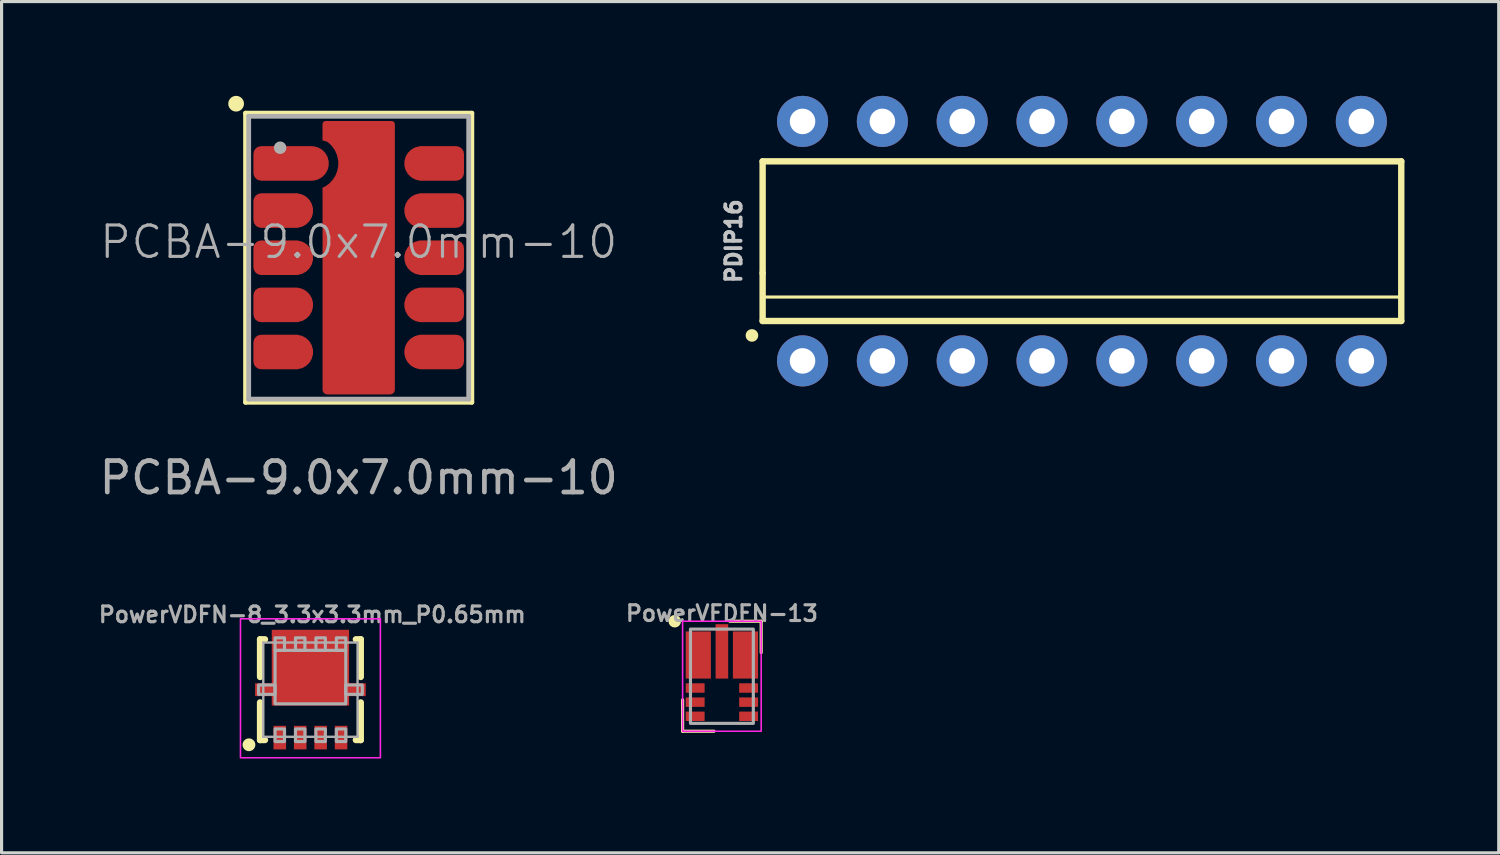
<source format=kicad_pcb>
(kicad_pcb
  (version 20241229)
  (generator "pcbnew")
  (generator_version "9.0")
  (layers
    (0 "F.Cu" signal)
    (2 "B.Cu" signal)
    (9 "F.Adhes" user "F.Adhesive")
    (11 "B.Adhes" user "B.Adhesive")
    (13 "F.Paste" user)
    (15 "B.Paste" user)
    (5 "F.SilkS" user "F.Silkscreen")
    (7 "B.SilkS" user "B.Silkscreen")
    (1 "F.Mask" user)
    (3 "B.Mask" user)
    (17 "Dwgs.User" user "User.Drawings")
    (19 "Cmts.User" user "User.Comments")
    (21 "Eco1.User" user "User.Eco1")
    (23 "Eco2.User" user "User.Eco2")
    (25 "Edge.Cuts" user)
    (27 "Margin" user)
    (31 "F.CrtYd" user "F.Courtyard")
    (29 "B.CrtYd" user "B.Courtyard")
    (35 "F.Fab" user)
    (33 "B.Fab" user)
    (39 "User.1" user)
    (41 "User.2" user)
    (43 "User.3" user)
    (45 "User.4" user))
  (footprint "PCBA-9.0x7.0mm-10"
    (layer "F.Cu")
    (at 8.363 5.15)
    (property "Reference" "PCBA-9.0x7.0mm-10" (at 0 -0.5 0) (unlocked yes) (layer "F.Fab") (effects (font (size 1 1) (thickness 0.1))))
    (attr smd)
    (fp_line (start -3.6 -4.6) (end -3.6 4.6) (stroke (width 0.152) (type default)) (layer "F.SilkS"))
    (fp_line (start -3.6 4.6) (end 3.6 4.6) (stroke (width 0.152) (type default)) (layer "F.SilkS"))
    (fp_line (start 3.6 -4.6) (end -3.6 -4.6) (stroke (width 0.152) (type default)) (layer "F.SilkS"))
    (fp_line (start 3.6 4.6) (end 3.6 -4.6) (stroke (width 0.152) (type default)) (layer "F.SilkS"))
    (fp_circle (center -3.9 -4.9) (end -3.75 -4.9) (stroke (width 0.2) (type solid)) (fill yes) (layer "F.SilkS"))
    (fp_rect (start -0.95 -0.95) (end 0.95 0.95) (stroke (width 0.2) (type solid)) (fill yes) (layer "F.Paste"))
    (fp_rect (start -0.95 2.25) (end 0.95 4.15) (stroke (width 0.2) (type solid)) (fill yes) (layer "F.Paste"))
    (fp_rect (start -0.45 -4.15) (end 0.95 -2.25) (stroke (width 0.2) (type solid)) (fill yes) (layer "F.Paste"))
    (fp_line (start -3.5 -4.5) (end -3.5 4.5) (stroke (width 0.152) (type default)) (layer "F.Fab"))
    (fp_line (start -3.5 4.5) (end 3.5 4.5) (stroke (width 0.152) (type default)) (layer "F.Fab"))
    (fp_line (start 3.5 -4.5) (end -3.5 -4.5) (stroke (width 0.152) (type default)) (layer "F.Fab"))
    (fp_line (start 3.5 4.5) (end 3.5 -4.5) (stroke (width 0.152) (type default)) (layer "F.Fab"))
    (fp_circle (center -2.5 -3.5) (end -2.4 -3.5) (stroke (width 0.2) (type solid)) (fill no) (layer "F.Fab"))
    (fp_text user "${REFERENCE}" (at 0 7 0) (unlocked yes) (layer "F.Fab") (effects (font (size 1 1) (thickness 0.15))))
    (pad "1" smd custom (at -2.425 -3) (size 1.1 1.1) (layers "F.Cu" "F.Mask" "F.Paste") (options (anchor circle)) (primitives (gr_poly (pts (xy -0.925 -0.3) (xy -0.906 -0.396) (xy -0.852 -0.477) (xy -0.771 -0.531) (xy -0.675 -0.55) (xy 0.675 -0.55) (xy 0.771 -0.531) (xy 0.852 -0.477) (xy 0.906 -0.396) (xy 0.925 -0.3) (xy 0.925 0.3) (xy 0.906 0.396) (xy 0.852 0.477) (xy 0.771 0.531) (xy 0.675 0.55) (xy -0.675 0.55) (xy -0.771 0.531) (xy -0.852 0.477) (xy -0.906 0.396) (xy -0.925 0.3)) (width 0) (fill yes)) (gr_rect (start 0.425 -0.55) (end 0.925 0.55) (width 0) (fill yes)) (gr_circle (center 0.925 0) (end 1.475 0) (width 0) (fill yes))))
    (pad "2" smd custom (at -2.675 -1.5) (size 1.1 1.1) (layers "F.Cu" "F.Mask" "F.Paste") (options (anchor circle)) (primitives (gr_poly (pts (xy -0.675 -0.3) (xy -0.656 -0.396) (xy -0.602 -0.477) (xy -0.521 -0.531) (xy -0.425 -0.55) (xy 0.425 -0.55) (xy 0.521 -0.531) (xy 0.602 -0.477) (xy 0.656 -0.396) (xy 0.675 -0.3) (xy 0.675 0.3) (xy 0.656 0.396) (xy 0.602 0.477) (xy 0.521 0.531) (xy 0.425 0.55) (xy -0.425 0.55) (xy -0.521 0.531) (xy -0.602 0.477) (xy -0.656 0.396) (xy -0.675 0.3)) (width 0) (fill yes)) (gr_rect (start 0.225 -0.55) (end 0.725 0.55) (width 0) (fill yes)) (gr_circle (center 0.675 0) (end 1.225 0) (width 0) (fill yes))))
    (pad "3" smd custom (at -2.675 0) (size 1.1 1.1) (layers "F.Cu" "F.Mask" "F.Paste") (options (anchor circle)) (primitives (gr_poly (pts (xy -0.675 -0.3) (xy -0.656 -0.396) (xy -0.602 -0.477) (xy -0.521 -0.531) (xy -0.425 -0.55) (xy 0.425 -0.55) (xy 0.521 -0.531) (xy 0.602 -0.477) (xy 0.656 -0.396) (xy 0.675 -0.3) (xy 0.675 0.3) (xy 0.656 0.396) (xy 0.602 0.477) (xy 0.521 0.531) (xy 0.425 0.55) (xy -0.425 0.55) (xy -0.521 0.531) (xy -0.602 0.477) (xy -0.656 0.396) (xy -0.675 0.3)) (width 0) (fill yes)) (gr_rect (start 0.225 -0.55) (end 0.725 0.55) (width 0) (fill yes)) (gr_circle (center 0.675 0) (end 1.225 0) (width 0) (fill yes))))
    (pad "4" smd custom (at -2.675 1.5) (size 1.1 1.1) (layers "F.Cu" "F.Mask" "F.Paste") (options (anchor circle)) (primitives (gr_poly (pts (xy -0.675 -0.3) (xy -0.656 -0.396) (xy -0.602 -0.477) (xy -0.521 -0.531) (xy -0.425 -0.55) (xy 0.425 -0.55) (xy 0.521 -0.531) (xy 0.602 -0.477) (xy 0.656 -0.396) (xy 0.675 -0.3) (xy 0.675 0.3) (xy 0.656 0.396) (xy 0.602 0.477) (xy 0.521 0.531) (xy 0.425 0.55) (xy -0.425 0.55) (xy -0.521 0.531) (xy -0.602 0.477) (xy -0.656 0.396) (xy -0.675 0.3)) (width 0) (fill yes)) (gr_rect (start 0.225 -0.55) (end 0.725 0.55) (width 0) (fill yes)) (gr_circle (center 0.675 0) (end 1.225 0) (width 0) (fill yes))))
    (pad "5" smd custom (at -2.675 3) (size 1.1 1.1) (layers "F.Cu" "F.Mask" "F.Paste") (options (anchor circle)) (primitives (gr_poly (pts (xy -0.675 -0.3) (xy -0.656 -0.396) (xy -0.602 -0.477) (xy -0.521 -0.531) (xy -0.425 -0.55) (xy 0.425 -0.55) (xy 0.521 -0.531) (xy 0.602 -0.477) (xy 0.656 -0.396) (xy 0.675 -0.3) (xy 0.675 0.3) (xy 0.656 0.396) (xy 0.602 0.477) (xy 0.521 0.531) (xy 0.425 0.55) (xy -0.425 0.55) (xy -0.521 0.531) (xy -0.602 0.477) (xy -0.656 0.396) (xy -0.675 0.3)) (width 0) (fill yes)) (gr_rect (start 0.225 -0.55) (end 0.725 0.55) (width 0) (fill yes)) (gr_circle (center 0.675 0) (end 1.225 0) (width 0) (fill yes))))
    (pad "6" smd custom (at 2.675 3 180) (size 1.1 1.1) (layers "F.Cu" "F.Mask" "F.Paste") (options (anchor circle)) (primitives (gr_poly (pts (xy -0.675 -0.3) (xy -0.656 -0.396) (xy -0.602 -0.477) (xy -0.521 -0.531) (xy -0.425 -0.55) (xy 0.425 -0.55) (xy 0.521 -0.531) (xy 0.602 -0.477) (xy 0.656 -0.396) (xy 0.675 -0.3) (xy 0.675 0.3) (xy 0.656 0.396) (xy 0.602 0.477) (xy 0.521 0.531) (xy 0.425 0.55) (xy -0.425 0.55) (xy -0.521 0.531) (xy -0.602 0.477) (xy -0.656 0.396) (xy -0.675 0.3)) (width 0) (fill yes)) (gr_rect (start 0.225 -0.55) (end 0.725 0.55) (width 0) (fill yes)) (gr_circle (center 0.675 0) (end 1.225 0) (width 0) (fill yes))))
    (pad "7" smd custom (at 2.675 1.5 180) (size 1.1 1.1) (layers "F.Cu" "F.Mask" "F.Paste") (options (anchor circle)) (primitives (gr_poly (pts (xy -0.675 -0.3) (xy -0.656 -0.396) (xy -0.602 -0.477) (xy -0.521 -0.531) (xy -0.425 -0.55) (xy 0.425 -0.55) (xy 0.521 -0.531) (xy 0.602 -0.477) (xy 0.656 -0.396) (xy 0.675 -0.3) (xy 0.675 0.3) (xy 0.656 0.396) (xy 0.602 0.477) (xy 0.521 0.531) (xy 0.425 0.55) (xy -0.425 0.55) (xy -0.521 0.531) (xy -0.602 0.477) (xy -0.656 0.396) (xy -0.675 0.3)) (width 0) (fill yes)) (gr_rect (start 0.225 -0.55) (end 0.725 0.55) (width 0) (fill yes)) (gr_circle (center 0.675 0) (end 1.225 0) (width 0) (fill yes))))
    (pad "8" smd custom (at 2.675 0 180) (size 1.1 1.1) (layers "F.Cu" "F.Mask" "F.Paste") (options (anchor circle)) (primitives (gr_poly (pts (xy -0.675 -0.3) (xy -0.656 -0.396) (xy -0.602 -0.477) (xy -0.521 -0.531) (xy -0.425 -0.55) (xy 0.425 -0.55) (xy 0.521 -0.531) (xy 0.602 -0.477) (xy 0.656 -0.396) (xy 0.675 -0.3) (xy 0.675 0.3) (xy 0.656 0.396) (xy 0.602 0.477) (xy 0.521 0.531) (xy 0.425 0.55) (xy -0.425 0.55) (xy -0.521 0.531) (xy -0.602 0.477) (xy -0.656 0.396) (xy -0.675 0.3)) (width 0) (fill yes)) (gr_rect (start 0.225 -0.55) (end 0.725 0.55) (width 0) (fill yes)) (gr_circle (center 0.675 0) (end 1.225 0) (width 0) (fill yes))))
    (pad "9" smd custom (at 2.675 -1.5 180) (size 1.1 1.1) (layers "F.Cu" "F.Mask" "F.Paste") (options (anchor circle)) (primitives (gr_poly (pts (xy -0.675 -0.3) (xy -0.656 -0.396) (xy -0.602 -0.477) (xy -0.521 -0.531) (xy -0.425 -0.55) (xy 0.425 -0.55) (xy 0.521 -0.531) (xy 0.602 -0.477) (xy 0.656 -0.396) (xy 0.675 -0.3) (xy 0.675 0.3) (xy 0.656 0.396) (xy 0.602 0.477) (xy 0.521 0.531) (xy 0.425 0.55) (xy -0.425 0.55) (xy -0.521 0.531) (xy -0.602 0.477) (xy -0.656 0.396) (xy -0.675 0.3)) (width 0) (fill yes)) (gr_rect (start 0.225 -0.55) (end 0.725 0.55) (width 0) (fill yes)) (gr_circle (center 0.675 0) (end 1.225 0) (width 0) (fill yes))))
    (pad "10" smd custom (at 2.675 -3 180) (size 1.1 1.1) (layers "F.Cu" "F.Mask" "F.Paste") (options (anchor circle)) (primitives (gr_poly (pts (xy -0.675 -0.3) (xy -0.656 -0.396) (xy -0.602 -0.477) (xy -0.521 -0.531) (xy -0.425 -0.55) (xy 0.425 -0.55) (xy 0.521 -0.531) (xy 0.602 -0.477) (xy 0.656 -0.396) (xy 0.675 -0.3) (xy 0.675 0.3) (xy 0.656 0.396) (xy 0.602 0.477) (xy 0.521 0.531) (xy 0.425 0.55) (xy -0.425 0.55) (xy -0.521 0.531) (xy -0.602 0.477) (xy -0.656 0.396) (xy -0.675 0.3)) (width 0) (fill yes)) (gr_rect (start 0.225 -0.55) (end 0.725 0.55) (width 0) (fill yes)) (gr_circle (center 0.675 0) (end 1.225 0) (width 0) (fill yes))))
    (pad "11" smd custom (at 0 1.05 180) (size 2.3 2.3) (layers "F.Cu" "F.Mask") (options (anchor circle)) (primitives (gr_poly (pts (xy -1.15 -3.15) (xy -1.139 -3.207) (xy -1.106 -3.256) (xy -1.057 -3.289) (xy -1 -3.3) (xy 1 -3.3) (xy 1.057 -3.289) (xy 1.106 -3.256) (xy 1.139 -3.207) (xy 1.15 -3.15) (xy 1.15 3.15) (xy 1.139 3.207) (xy 1.106 3.256) (xy 1.057 3.289) (xy 1 3.3) (xy -1 3.3) (xy -1.057 3.289) (xy -1.106 3.256) (xy -1.139 3.207) (xy -1.15 3.15)) (width 0) (fill yes)) (gr_poly (pts (xy 1.151 3.05) (xy 1.151 3.28) (xy 1.068 3.315) (xy 0.938 3.409) (xy 0.828 3.526) (xy 0.741 3.662) (xy 0.682 3.812) (xy 0.652 3.97) (xy 0.65 4.05) (xy 0.652 4.139) (xy 0.689 4.312) (xy 0.761 4.475) (xy 0.865 4.619) (xy 0.996 4.738) (xy 1.152 4.784) (xy 1.152 5.3) (xy -1.15 5.3) (xy -1.15 3.05)) (width 0) (fill yes)) (gr_line (start 1.05 5.3) (end -1.05 5.3) (width 0.2)))))
  (footprint "PowerVFDFN-13"
    (layer "F.Cu")
    (at 19.919 18.466)
    (property "Reference" "PowerVFDFN-13" (at 0 -2 0) (layer "F.Fab") (effects (font (size 0.5 0.5) (thickness 0.1))))
    (fp_line (start -1.25 1.75) (end -1.25 0.75) (stroke (width 0.1) (type default)) (layer "F.SilkS"))
    (fp_line (start -1.25 1.75) (end -0.25 1.75) (stroke (width 0.1) (type default)) (layer "F.SilkS"))
    (fp_line (start 1.25 -1.75) (end 0.25 -1.75) (stroke (width 0.1) (type default)) (layer "F.SilkS"))
    (fp_line (start 1.25 -1.75) (end 1.25 -0.75) (stroke (width 0.1) (type default)) (layer "F.SilkS"))
    (fp_circle (center -1.5 -1.75) (end -1.4 -1.75) (stroke (width 0.2) (type solid)) (fill no) (layer "F.SilkS"))
    (fp_rect (start -1.08 0.26) (end -0.63 0.49) (stroke (width 0) (type solid)) (fill yes) (layer "F.Paste"))
    (fp_rect (start -1.08 0.71) (end -0.63 0.94) (stroke (width 0) (type solid)) (fill yes) (layer "F.Paste"))
    (fp_rect (start -1.08 1.16) (end -0.63 1.39) (stroke (width 0) (type solid)) (fill yes) (layer "F.Paste"))
    (fp_rect (start -1.05 -1.24) (end -0.45 -0.11) (stroke (width 0) (type solid)) (fill yes) (layer "F.Paste"))
    (fp_rect (start -0.15 -1.48) (end 0.15 -0.18) (stroke (width 0) (type solid)) (fill yes) (layer "F.Paste"))
    (fp_rect (start 0.45 -1.24) (end 1.05 -0.11) (stroke (width 0) (type solid)) (fill yes) (layer "F.Paste"))
    (fp_rect (start 0.63 0.26) (end 1.08 0.49) (stroke (width 0) (type solid)) (fill yes) (layer "F.Paste"))
    (fp_rect (start 0.63 0.71) (end 1.08 0.94) (stroke (width 0) (type solid)) (fill yes) (layer "F.Paste"))
    (fp_rect (start 0.63 1.16) (end 1.08 1.39) (stroke (width 0) (type solid)) (fill yes) (layer "F.Paste"))
    (fp_rect (start -1.25 -1.75) (end 1.25 1.75) (stroke (width 0.05) (type default)) (fill no) (layer "F.CrtYd"))
    (fp_rect (start -1 -1.5) (end 1 1.5) (stroke (width 0.1) (type default)) (fill no) (layer "F.Fab"))
    (pad "1" smd rect (at -0.75 -0.675) (size 0.8 1.5) (layers "F.Cu" "F.Mask"))
    (pad "2" smd rect (at -0.85 0.375) (size 0.6 0.3) (layers "F.Cu" "F.Mask"))
    (pad "3" smd rect (at -0.85 0.825) (size 0.6 0.3) (layers "F.Cu" "F.Mask"))
    (pad "4" smd rect (at -0.85 1.275) (size 0.6 0.3) (layers "F.Cu" "F.Mask"))
    (pad "5" smd rect (at 0.85 1.275) (size 0.6 0.3) (layers "F.Cu" "F.Mask"))
    (pad "6" smd rect (at 0.85 0.825) (size 0.6 0.3) (layers "F.Cu" "F.Mask"))
    (pad "7" smd rect (at 0.85 0.375) (size 0.6 0.3) (layers "F.Cu" "F.Mask"))
    (pad "8" smd rect (at 0.75 -0.675) (size 0.8 1.5) (layers "F.Cu" "F.Mask"))
    (pad "9" smd rect (at 0 -0.79) (size 0.4 1.73) (layers "F.Cu" "F.Mask")))
  (footprint "PowerVDFN-8_3.3x3.3mm_P0.65mm"
    (layer "F.Cu")
    (at 6.827 18.894)
    (property "Reference" "PowerVDFN-8_3.3x3.3mm_P0.65mm" (at 0.059 -2.096 0) (unlocked yes) (layer "F.Fab") (effects (font (size 0.5 0.5) (thickness 0.1) (bold yes)) (justify bottom)))
    (fp_line (start -1.602 -1.602) (end -1.602 -0.405) (stroke (width 0.203) (type solid)) (layer "F.SilkS"))
    (fp_line (start -1.602 0.405) (end -1.602 1.602) (stroke (width 0.203) (type solid)) (layer "F.SilkS"))
    (fp_line (start -1.446 -1.602) (end -1.602 -1.602) (stroke (width 0.203) (type solid)) (layer "F.SilkS"))
    (fp_line (start -1.446 1.602) (end -1.602 1.602) (stroke (width 0.203) (type solid)) (layer "F.SilkS"))
    (fp_line (start 1.602 -1.602) (end 1.446 -1.602) (stroke (width 0.203) (type solid)) (layer "F.SilkS"))
    (fp_line (start 1.602 -1.602) (end 1.602 -0.405) (stroke (width 0.203) (type solid)) (layer "F.SilkS"))
    (fp_line (start 1.602 0.405) (end 1.602 1.602) (stroke (width 0.203) (type solid)) (layer "F.SilkS"))
    (fp_line (start 1.602 1.602) (end 1.446 1.602) (stroke (width 0.203) (type solid)) (layer "F.SilkS"))
    (fp_circle (center -1.956 1.753) (end -1.854 1.753) (stroke (width 0.203) (type solid)) (fill yes) (layer "F.SilkS"))
    (fp_rect (start -2.226 -2.255) (end 2.226 2.166) (stroke (width 0.05) (type default)) (fill no) (layer "F.CrtYd"))
    (fp_line (start -1.5 -1.5) (end -1.5 1.5) (stroke (width 0.076) (type solid)) (layer "F.Fab"))
    (fp_line (start -1.5 1.5) (end 1.5 1.5) (stroke (width 0.076) (type solid)) (layer "F.Fab"))
    (fp_line (start 1.5 -1.5) (end -1.5 -1.5) (stroke (width 0.076) (type solid)) (layer "F.Fab"))
    (fp_line (start 1.5 1.5) (end 1.5 -1.5) (stroke (width 0.076) (type solid)) (layer "F.Fab"))
    (fp_poly (pts (xy -1.65 0.15) (xy -1.125 0.15) (xy -1.125 -0.15) (xy -1.65 -0.15)) (stroke (width 0.1) (type default)) (fill no) (layer "F.Fab"))
    (fp_poly (pts (xy -1.125 -1.25) (xy -0.825 -1.25) (xy -0.825 -1.65) (xy -1.125 -1.65)) (stroke (width 0.1) (type default)) (fill no) (layer "F.Fab"))
    (fp_poly (pts (xy -0.825 1.25) (xy -1.125 1.25) (xy -1.125 1.65) (xy -0.825 1.65)) (stroke (width 0.1) (type default)) (fill no) (layer "F.Fab"))
    (fp_poly (pts (xy -0.475 -1.25) (xy -0.175 -1.25) (xy -0.175 -1.65) (xy -0.475 -1.65)) (stroke (width 0.1) (type default)) (fill no) (layer "F.Fab"))
    (fp_poly (pts (xy -0.175 1.25) (xy -0.475 1.25) (xy -0.475 1.65) (xy -0.175 1.65)) (stroke (width 0.1) (type default)) (fill no) (layer "F.Fab"))
    (fp_poly (pts (xy 0.175 -1.25) (xy 0.475 -1.25) (xy 0.475 -1.65) (xy 0.175 -1.65)) (stroke (width 0.1) (type default)) (fill no) (layer "F.Fab"))
    (fp_poly (pts (xy 0.475 1.25) (xy 0.175 1.25) (xy 0.175 1.65) (xy 0.475 1.65)) (stroke (width 0.1) (type default)) (fill no) (layer "F.Fab"))
    (fp_poly (pts (xy 0.825 -1.25) (xy 1.125 -1.25) (xy 1.125 -1.65) (xy 0.825 -1.65)) (stroke (width 0.1) (type default)) (fill no) (layer "F.Fab"))
    (fp_poly (pts (xy 1.125 -1.25) (xy -1.125 -1.25) (xy -1.125 0.45) (xy 1.125 0.45)) (stroke (width 0.1) (type default)) (fill no) (layer "F.Fab"))
    (fp_poly (pts (xy 1.125 1.25) (xy 0.825 1.25) (xy 0.825 1.65) (xy 1.125 1.65)) (stroke (width 0.1) (type default)) (fill no) (layer "F.Fab"))
    (fp_poly (pts (xy 1.65 -0.15) (xy 1.125 -0.15) (xy 1.125 0.15) (xy 1.65 0.15)) (stroke (width 0.1) (type default)) (fill no) (layer "F.Fab"))
    (pad "1" smd rect (at -0.975 1.525) (size 0.4 0.75) (layers "F.Cu" "F.Mask" "F.Paste"))
    (pad "2" smd rect (at -0.325 1.525) (size 0.4 0.75) (layers "F.Cu" "F.Mask" "F.Paste"))
    (pad "3" smd rect (at 0.325 1.525) (size 0.4 0.75) (layers "F.Cu" "F.Mask" "F.Paste"))
    (pad "4" smd rect (at 0.975 1.525) (size 0.4 0.75) (layers "F.Cu" "F.Mask" "F.Paste"))
    (pad "5" smd custom (at 0 -0.7) (size 2.45 2.4) (layers "F.Cu" "F.Mask" "F.Paste") (options (anchor rect)) (primitives (gr_poly (pts (xy 1.225 -1.2) (xy -1.225 -1.2) (xy -1.225 0.5) (xy -1.755 0.5) (xy -1.755 0.9) (xy -1.225 0.9) (xy -1.225 1.2) (xy 1.225 1.2) (xy 1.225 0.9) (xy 1.755 0.9) (xy 1.755 0.5) (xy 1.225 0.5)) (width 0.01) (fill yes)))))
  (footprint "PDIP16"
    (layer "F.Cu")
    (at 31.375 4.623)
    (property "Reference" "PDIP16" (at -10.795 0 90) (layer "Dwgs.User") (effects (font (size 0.488 0.488) (thickness 0.122)) (justify bottom)))
    (fp_line (start -10.16 -2.54) (end -10.16 1.016) (stroke (width 0.203) (type solid)) (layer "F.SilkS"))
    (fp_line (start -10.16 1.778) (end 10.16 1.778) (stroke (width 0.1) (type default)) (layer "F.SilkS"))
    (fp_line (start -10.16 2.54) (end -10.16 1.016) (stroke (width 0.203) (type solid)) (layer "F.SilkS"))
    (fp_line (start -10.16 2.54) (end 10.16 2.54) (stroke (width 0.203) (type solid)) (layer "F.SilkS"))
    (fp_line (start 10.16 -2.54) (end -10.16 -2.54) (stroke (width 0.203) (type solid)) (layer "F.SilkS"))
    (fp_line (start 10.16 -2.54) (end 10.16 2.54) (stroke (width 0.203) (type solid)) (layer "F.SilkS"))
    (fp_circle (center -10.5 3) (end -10.5 3.1) (stroke (width 0.2) (type solid)) (fill yes) (layer "F.SilkS"))
    (pad "1" thru_hole circle (at -8.89 3.81 90) (size 1.626 1.626) (drill 0.813) (layers "*.Cu" "*.Mask"))
    (pad "2" thru_hole circle (at -6.35 3.81 90) (size 1.626 1.626) (drill 0.813) (layers "*.Cu" "*.Mask"))
    (pad "3" thru_hole circle (at -3.81 3.81 90) (size 1.626 1.626) (drill 0.813) (layers "*.Cu" "*.Mask"))
    (pad "4" thru_hole circle (at -1.27 3.81 90) (size 1.626 1.626) (drill 0.813) (layers "*.Cu" "*.Mask"))
    (pad "5" thru_hole circle (at 1.27 3.81 90) (size 1.626 1.626) (drill 0.813) (layers "*.Cu" "*.Mask"))
    (pad "6" thru_hole circle (at 3.81 3.81 90) (size 1.626 1.626) (drill 0.813) (layers "*.Cu" "*.Mask"))
    (pad "7" thru_hole circle (at 6.35 3.81 90) (size 1.626 1.626) (drill 0.813) (layers "*.Cu" "*.Mask"))
    (pad "8" thru_hole circle (at 8.89 3.81 90) (size 1.626 1.626) (drill 0.813) (layers "*.Cu" "*.Mask"))
    (pad "9" thru_hole circle (at 8.89 -3.81 90) (size 1.626 1.626) (drill 0.813) (layers "*.Cu" "*.Mask"))
    (pad "10" thru_hole circle (at 6.35 -3.81 90) (size 1.626 1.626) (drill 0.813) (layers "*.Cu" "*.Mask"))
    (pad "11" thru_hole circle (at 3.81 -3.81 90) (size 1.626 1.626) (drill 0.813) (layers "*.Cu" "*.Mask"))
    (pad "12" thru_hole circle (at 1.27 -3.81 90) (size 1.626 1.626) (drill 0.813) (layers "*.Cu" "*.Mask"))
    (pad "13" thru_hole circle (at -1.27 -3.81 90) (size 1.626 1.626) (drill 0.813) (layers "*.Cu" "*.Mask"))
    (pad "14" thru_hole circle (at -3.81 -3.81 90) (size 1.626 1.626) (drill 0.813) (layers "*.Cu" "*.Mask"))
    (pad "15" thru_hole circle (at -6.35 -3.81 90) (size 1.626 1.626) (drill 0.813) (layers "*.Cu" "*.Mask"))
    (pad "16" thru_hole circle (at -8.89 -3.81 90) (size 1.626 1.626) (drill 0.813) (layers "*.Cu" "*.Mask")))
  (gr_rect
    (start -3 -3)
    (end 44.636 24.085)
    (stroke (width 0.1) (type default))
    (fill no)
    (layer "Edge.Cuts")))
</source>
